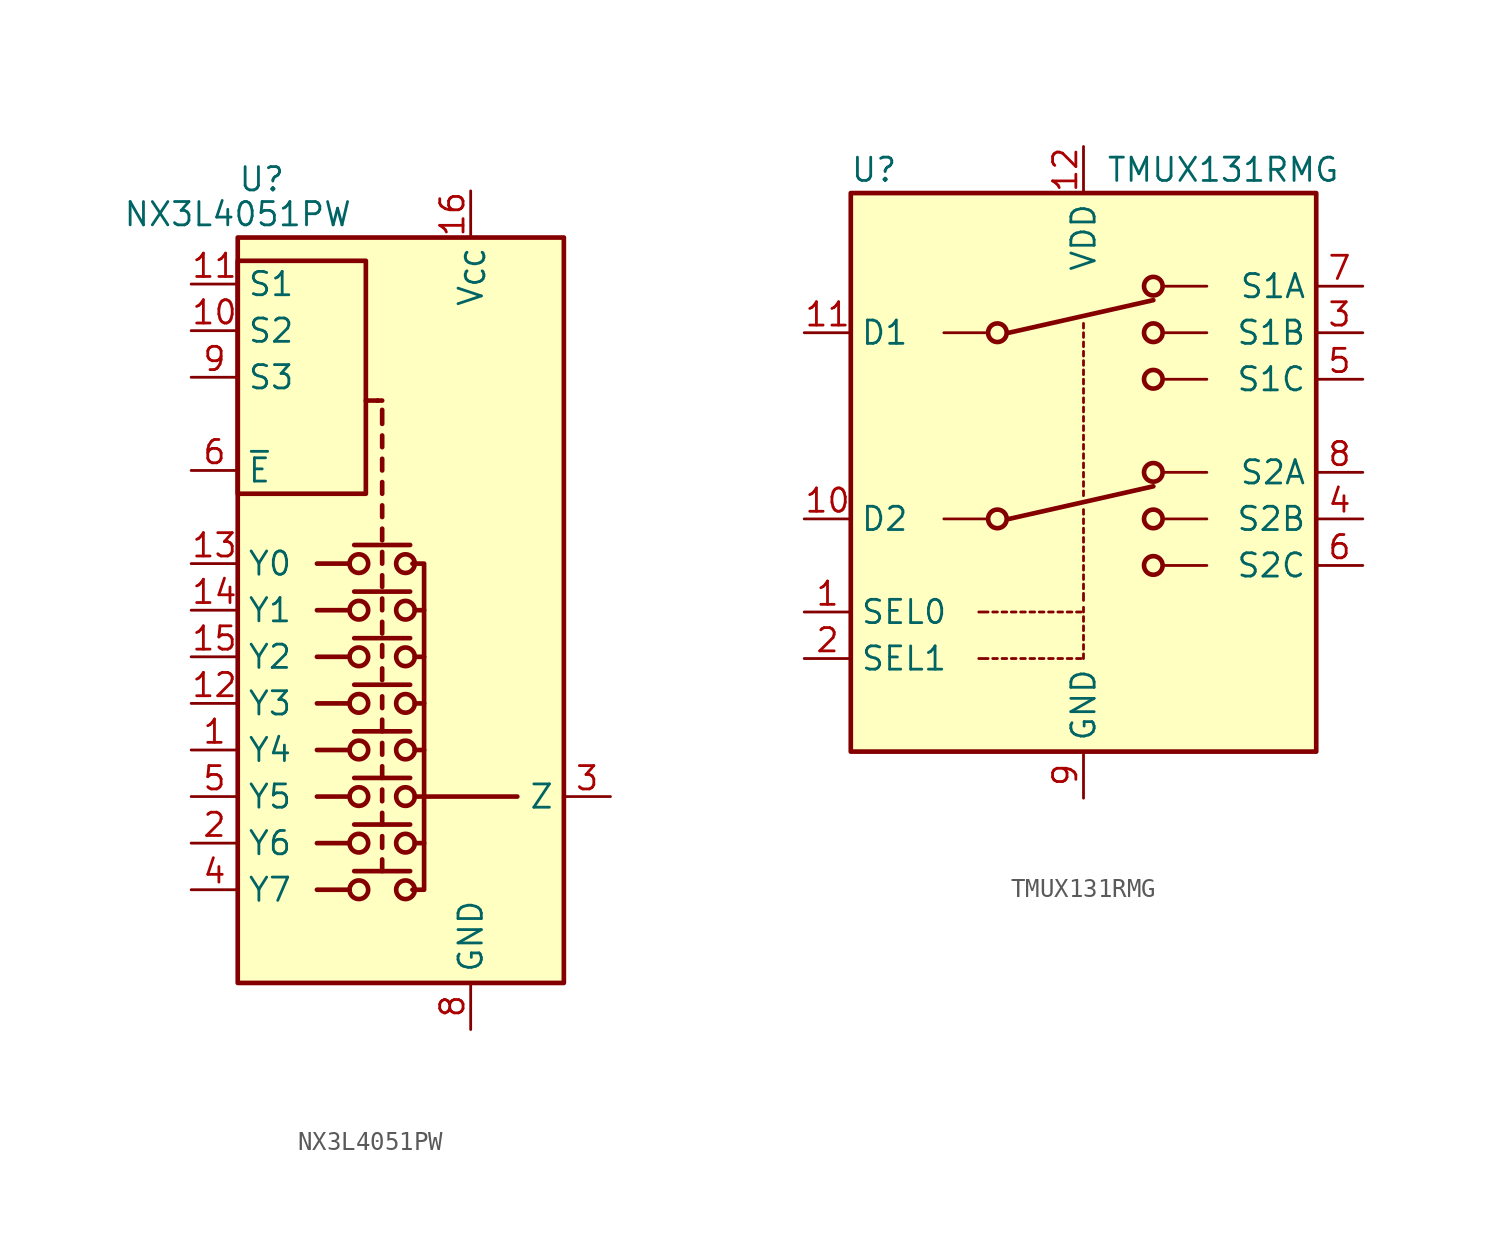
<source format=kicad_sym>
(kicad_symbol_lib
  (version 20241209)
  (generator "kicad_symbol_editor")
  (generator_version "9.0")
  (symbol "NX3L4051PW"
    (property "Reference" "U"
      (at -7.62 23.495 0)
      (effects (font (size 1.27 1.27)) (justify left)))
    (property "Value" "NX3L4051PW"
      (at -7.62 21.59 0)
      (effects (font (size 1.27 1.27))))
    (symbol "NX3L4051PW_0_1"
      (rectangle (start -7.62 20.32) (end 10.16 -20.32) (stroke (width 0.254) (type default)) (fill (type background)))
      (rectangle (start -7.62 6.35) (end -0.635 19.05) (stroke (width 0.254) (type default)) (fill (type none)))
      (polyline (pts (xy -1.524 2.54) (xy -3.302 2.54)) (stroke (width 0.254) (type default)) (fill (type none)))
      (polyline (pts (xy -1.524 0) (xy -3.302 0)) (stroke (width 0.254) (type default)) (fill (type none)))
      (polyline (pts (xy -1.524 -2.54) (xy -3.302 -2.54)) (stroke (width 0.254) (type default)) (fill (type none)))
      (polyline (pts (xy -1.524 -5.08) (xy -3.302 -5.08)) (stroke (width 0.254) (type default)) (fill (type none)))
      (polyline (pts (xy -1.524 -7.62) (xy -3.302 -7.62)) (stroke (width 0.254) (type default)) (fill (type none)))
      (polyline (pts (xy -1.524 -10.16) (xy -3.302 -10.16)) (stroke (width 0.254) (type default)) (fill (type none)))
      (polyline (pts (xy -1.524 -12.7) (xy -3.302 -12.7)) (stroke (width 0.254) (type default)) (fill (type none)))
      (polyline (pts (xy -1.524 -15.24) (xy -3.302 -15.24)) (stroke (width 0.254) (type default)) (fill (type none)))
      (polyline (pts (xy -1.27 3.556) (xy 1.778 3.556)) (stroke (width 0.254) (type default)) (fill (type none)))
      (polyline (pts (xy -1.27 1.016) (xy 1.778 1.016)) (stroke (width 0.254) (type default)) (fill (type none)))
      (polyline (pts (xy -1.27 -1.524) (xy 1.778 -1.524)) (stroke (width 0.254) (type default)) (fill (type none)))
      (polyline (pts (xy -1.27 -4.064) (xy 1.778 -4.064)) (stroke (width 0.254) (type default)) (fill (type none)))
      (polyline (pts (xy -1.27 -6.604) (xy 1.778 -6.604)) (stroke (width 0.254) (type default)) (fill (type none)))
      (polyline (pts (xy -1.27 -9.144) (xy 1.778 -9.144)) (stroke (width 0.254) (type default)) (fill (type none)))
      (polyline (pts (xy -1.27 -11.684) (xy 1.778 -11.684)) (stroke (width 0.254) (type default)) (fill (type none)))
      (polyline (pts (xy -1.27 -14.224) (xy 1.778 -14.224)) (stroke (width 0.254) (type default)) (fill (type none)))
      (circle (center -1.016 2.54) (radius 0.508) (stroke (width 0.254) (type default)) (fill (type none)))
      (circle (center -1.016 0) (radius 0.508) (stroke (width 0.254) (type default)) (fill (type none)))
      (circle (center -1.016 -2.54) (radius 0.508) (stroke (width 0.254) (type default)) (fill (type none)))
      (circle (center -1.016 -5.08) (radius 0.508) (stroke (width 0.254) (type default)) (fill (type none)))
      (circle (center -1.016 -7.62) (radius 0.508) (stroke (width 0.254) (type default)) (fill (type none)))
      (circle (center -1.016 -10.16) (radius 0.508) (stroke (width 0.254) (type default)) (fill (type none)))
      (circle (center -1.016 -12.7) (radius 0.508) (stroke (width 0.254) (type default)) (fill (type none)))
      (circle (center -1.016 -15.24) (radius 0.508) (stroke (width 0.254) (type default)) (fill (type none)))
      (polyline (pts (xy -0.635 11.43) (xy 0 11.43)) (stroke (width 0.254) (type default)) (fill (type none)))
      (polyline (pts (xy 0.254 11.43) (xy 0 11.43)) (stroke (width 0.254) (type default)) (fill (type none)))
      (polyline (pts (xy 0.254 10.16) (xy 0.254 10.922)) (stroke (width 0.254) (type default)) (fill (type none)))
      (polyline (pts (xy 0.254 8.89) (xy 0.254 9.525)) (stroke (width 0.254) (type default)) (fill (type none)))
      (polyline (pts (xy 0.254 7.62) (xy 0.254 8.255)) (stroke (width 0.254) (type default)) (fill (type none)))
      (polyline (pts (xy 0.254 6.35) (xy 0.254 6.985)) (stroke (width 0.254) (type default)) (fill (type none)))
      (polyline (pts (xy 0.254 5.08) (xy 0.254 5.715)) (stroke (width 0.254) (type default)) (fill (type none)))
      (polyline (pts (xy 0.254 3.81) (xy 0.254 4.445)) (stroke (width 0.254) (type default)) (fill (type none)))
      (polyline (pts (xy 0.254 2.54) (xy 0.254 3.175)) (stroke (width 0.254) (type default)) (fill (type none)))
      (polyline (pts (xy 0.254 1.27) (xy 0.254 1.905)) (stroke (width 0.254) (type default)) (fill (type none)))
      (polyline (pts (xy 0.254 0) (xy 0.254 0.635)) (stroke (width 0.254) (type default)) (fill (type none)))
      (polyline (pts (xy 0.254 -1.27) (xy 0.254 -0.635)) (stroke (width 0.254) (type default)) (fill (type none)))
      (polyline (pts (xy 0.254 -2.54) (xy 0.254 -1.905)) (stroke (width 0.254) (type default)) (fill (type none)))
      (polyline (pts (xy 0.254 -3.81) (xy 0.254 -3.175)) (stroke (width 0.254) (type default)) (fill (type none)))
      (polyline (pts (xy 0.254 -5.334) (xy 0.254 -4.699)) (stroke (width 0.254) (type default)) (fill (type none)))
      (polyline (pts (xy 0.254 -6.604) (xy 0.254 -5.969)) (stroke (width 0.254) (type default)) (fill (type none)))
      (polyline (pts (xy 0.254 -7.874) (xy 0.254 -7.239)) (stroke (width 0.254) (type default)) (fill (type none)))
      (polyline (pts (xy 0.254 -9.144) (xy 0.254 -8.509)) (stroke (width 0.254) (type default)) (fill (type none)))
      (polyline (pts (xy 0.254 -10.414) (xy 0.254 -9.779)) (stroke (width 0.254) (type default)) (fill (type none)))
      (polyline (pts (xy 0.254 -11.684) (xy 0.254 -11.049)) (stroke (width 0.254) (type default)) (fill (type none)))
      (polyline (pts (xy 0.254 -12.954) (xy 0.254 -12.319)) (stroke (width 0.254) (type default)) (fill (type none)))
      (polyline (pts (xy 0.254 -14.224) (xy 0.254 -13.589)) (stroke (width 0.254) (type default)) (fill (type none)))
      (circle (center 1.524 2.54) (radius 0.508) (stroke (width 0.254) (type default)) (fill (type none)))
      (circle (center 1.524 0) (radius 0.508) (stroke (width 0.254) (type default)) (fill (type none)))
      (circle (center 1.524 -2.54) (radius 0.508) (stroke (width 0.254) (type default)) (fill (type none)))
      (circle (center 1.524 -5.08) (radius 0.508) (stroke (width 0.254) (type default)) (fill (type none)))
      (circle (center 1.524 -7.62) (radius 0.508) (stroke (width 0.254) (type default)) (fill (type none)))
      (circle (center 1.524 -10.16) (radius 0.508) (stroke (width 0.254) (type default)) (fill (type none)))
      (circle (center 1.524 -12.7) (radius 0.508) (stroke (width 0.254) (type default)) (fill (type none)))
      (circle (center 1.524 -15.24) (radius 0.508) (stroke (width 0.254) (type default)) (fill (type none)))
      (polyline (pts (xy 1.905 2.54) (xy 2.54 2.54) (xy 2.54 -15.24) (xy 1.905 -15.24)) (stroke (width 0.254) (type default)) (fill (type none)))
      (polyline (pts (xy 2.032 0) (xy 2.54 0)) (stroke (width 0.254) (type default)) (fill (type none)))
      (polyline (pts (xy 2.032 -2.54) (xy 2.54 -2.54)) (stroke (width 0.254) (type default)) (fill (type none)))
      (polyline (pts (xy 2.032 -5.08) (xy 2.54 -5.08)) (stroke (width 0.254) (type default)) (fill (type none)))
      (polyline (pts (xy 2.032 -7.62) (xy 2.54 -7.62)) (stroke (width 0.254) (type default)) (fill (type none)))
      (polyline (pts (xy 2.032 -10.16) (xy 2.54 -10.16)) (stroke (width 0.254) (type default)) (fill (type none)))
      (polyline (pts (xy 2.032 -12.7) (xy 2.54 -12.7)) (stroke (width 0.254) (type default)) (fill (type none)))
      (polyline (pts (xy 2.54 -10.16) (xy 7.62 -10.16)) (stroke (width 0.254) (type default)) (fill (type none))))
    (symbol "NX3L4051PW_1_0"
      (pin power_in line (at 5.08 -22.86 90) (length 2.54) (name "GND" (effects (font (size 1.27 1.27)))) (number "8" (effects (font (size 1.27 1.27)))))
      (pin no_connect line (at 8.89 -22.86 90) (length 2.54) (hide yes) (name "NC" (effects (font (size 1.27 1.27)))) (number "7" (effects (font (size 1.27 1.27))))))
    (symbol "NX3L4051PW_1_1"
      (pin input line (at -10.16 17.78 0) (length 2.54) (name "S1" (effects (font (size 1.27 1.27)))) (number "11" (effects (font (size 1.27 1.27)))))
      (pin input line (at -10.16 15.24 0) (length 2.54) (name "S2" (effects (font (size 1.27 1.27)))) (number "10" (effects (font (size 1.27 1.27)))))
      (pin input line (at -10.16 12.7 0) (length 2.54) (name "S3" (effects (font (size 1.27 1.27)))) (number "9" (effects (font (size 1.27 1.27)))))
      (pin input line (at -10.16 7.62 0) (length 2.54) (name "~{E}" (effects (font (size 1.27 1.27)))) (number "6" (effects (font (size 1.27 1.27)))))
      (pin bidirectional line (at -10.16 2.54 0) (length 2.54) (name "Y0" (effects (font (size 1.27 1.27)))) (number "13" (effects (font (size 1.27 1.27)))))
      (pin bidirectional line (at -10.16 0 0) (length 2.54) (name "Y1" (effects (font (size 1.27 1.27)))) (number "14" (effects (font (size 1.27 1.27)))))
      (pin bidirectional line (at -10.16 -2.54 0) (length 2.54) (name "Y2" (effects (font (size 1.27 1.27)))) (number "15" (effects (font (size 1.27 1.27)))))
      (pin bidirectional line (at -10.16 -5.08 0) (length 2.54) (name "Y3" (effects (font (size 1.27 1.27)))) (number "12" (effects (font (size 1.27 1.27)))))
      (pin bidirectional line (at -10.16 -7.62 0) (length 2.54) (name "Y4" (effects (font (size 1.27 1.27)))) (number "1" (effects (font (size 1.27 1.27)))))
      (pin bidirectional line (at -10.16 -10.16 0) (length 2.54) (name "Y5" (effects (font (size 1.27 1.27)))) (number "5" (effects (font (size 1.27 1.27)))))
      (pin bidirectional line (at -10.16 -12.7 0) (length 2.54) (name "Y6" (effects (font (size 1.27 1.27)))) (number "2" (effects (font (size 1.27 1.27)))))
      (pin bidirectional line (at -10.16 -15.24 0) (length 2.54) (name "Y7" (effects (font (size 1.27 1.27)))) (number "4" (effects (font (size 1.27 1.27)))))
      (pin power_in line (at 5.08 22.86 270) (length 2.54) (name "V_{CC}" (effects (font (size 1.27 1.27)))) (number "16" (effects (font (size 1.27 1.27)))))
      (pin bidirectional line (at 12.7 -10.16 180) (length 2.54) (name "Z" (effects (font (size 1.27 1.27)))) (number "3" (effects (font (size 1.27 1.27)))))))
  (symbol "TMUX131RMG"
    (property "Reference" "U"
      (at -11.43 16.51 0)
      (effects (font (size 1.27 1.27))))
    (property "Value" "TMUX131RMG"
      (at 7.62 16.51 0)
      (effects (font (size 1.27 1.27))))
    (symbol "TMUX131RMG_1_1"
      (rectangle (start -12.7 15.24) (end 12.7 -15.24) (stroke (width 0.254) (type default)) (fill (type background)))
      (polyline (pts (xy -7.62 7.62) (xy -5.334 7.62)) (stroke (width 0) (type default)) (fill (type none)))
      (polyline (pts (xy -7.62 -2.54) (xy -5.334 -2.54)) (stroke (width 0) (type default)) (fill (type none)))
      (polyline (pts (xy -5.715 -7.62) (xy -5.207 -7.62)) (stroke (width 0) (type default)) (fill (type none)))
      (polyline (pts (xy -5.715 -10.16) (xy -5.207 -10.16)) (stroke (width 0) (type default)) (fill (type none)))
      (polyline (pts (xy -4.953 -7.62) (xy -4.699 -7.62)) (stroke (width 0) (type default)) (fill (type none)))
      (polyline (pts (xy -4.953 -10.16) (xy -4.699 -10.16)) (stroke (width 0) (type default)) (fill (type none)))
      (circle (center -4.699 7.62) (radius 0.508) (stroke (width 0.254) (type default)) (fill (type none)))
      (circle (center -4.699 -2.54) (radius 0.508) (stroke (width 0.254) (type default)) (fill (type none)))
      (polyline (pts (xy -4.445 -7.62) (xy -4.191 -7.62)) (stroke (width 0) (type default)) (fill (type none)))
      (polyline (pts (xy -4.445 -10.16) (xy -4.191 -10.16)) (stroke (width 0) (type default)) (fill (type none)))
      (polyline (pts (xy -3.937 -7.62) (xy -3.683 -7.62)) (stroke (width 0) (type default)) (fill (type none)))
      (polyline (pts (xy -3.937 -10.16) (xy -3.683 -10.16)) (stroke (width 0) (type default)) (fill (type none)))
      (polyline (pts (xy -3.429 -7.62) (xy -3.175 -7.62)) (stroke (width 0) (type default)) (fill (type none)))
      (polyline (pts (xy -3.429 -10.16) (xy -3.175 -10.16)) (stroke (width 0) (type default)) (fill (type none)))
      (polyline (pts (xy -2.921 -7.62) (xy -2.667 -7.62)) (stroke (width 0) (type default)) (fill (type none)))
      (polyline (pts (xy -2.921 -10.16) (xy -2.667 -10.16)) (stroke (width 0) (type default)) (fill (type none)))
      (polyline (pts (xy -2.413 -7.62) (xy -2.159 -7.62)) (stroke (width 0) (type default)) (fill (type none)))
      (polyline (pts (xy -2.413 -10.16) (xy -2.159 -10.16)) (stroke (width 0) (type default)) (fill (type none)))
      (polyline (pts (xy -1.905 -7.62) (xy -1.651 -7.62)) (stroke (width 0) (type default)) (fill (type none)))
      (polyline (pts (xy -1.905 -10.16) (xy -1.651 -10.16)) (stroke (width 0) (type default)) (fill (type none)))
      (polyline (pts (xy -1.397 -7.62) (xy -1.143 -7.62)) (stroke (width 0) (type default)) (fill (type none)))
      (polyline (pts (xy -1.397 -10.16) (xy -1.143 -10.16)) (stroke (width 0) (type default)) (fill (type none)))
      (polyline (pts (xy -0.889 -7.62) (xy -0.635 -7.62)) (stroke (width 0) (type default)) (fill (type none)))
      (polyline (pts (xy -0.889 -10.16) (xy -0.635 -10.16)) (stroke (width 0) (type default)) (fill (type none)))
      (polyline (pts (xy -0.381 -7.62) (xy -0.127 -7.62)) (stroke (width 0) (type default)) (fill (type none)))
      (polyline (pts (xy -0.381 -10.16) (xy -0.127 -10.16)) (stroke (width 0) (type default)) (fill (type none)))
      (polyline (pts (xy 0 7.874) (xy 0 8.128)) (stroke (width 0) (type default)) (fill (type none)))
      (polyline (pts (xy 0 7.366) (xy 0 7.62)) (stroke (width 0) (type default)) (fill (type none)))
      (polyline (pts (xy 0 6.858) (xy 0 7.112)) (stroke (width 0) (type default)) (fill (type none)))
      (polyline (pts (xy 0 6.35) (xy 0 6.604)) (stroke (width 0) (type default)) (fill (type none)))
      (polyline (pts (xy 0 5.842) (xy 0 6.096)) (stroke (width 0) (type default)) (fill (type none)))
      (polyline (pts (xy 0 5.334) (xy 0 5.588)) (stroke (width 0) (type default)) (fill (type none)))
      (polyline (pts (xy 0 4.826) (xy 0 5.08)) (stroke (width 0) (type default)) (fill (type none)))
      (polyline (pts (xy 0 4.318) (xy 0 4.572)) (stroke (width 0) (type default)) (fill (type none)))
      (polyline (pts (xy 0 3.81) (xy 0 4.064)) (stroke (width 0) (type default)) (fill (type none)))
      (polyline (pts (xy 0 3.302) (xy 0 3.556)) (stroke (width 0) (type default)) (fill (type none)))
      (polyline (pts (xy 0 2.794) (xy 0 3.048)) (stroke (width 0) (type default)) (fill (type none)))
      (polyline (pts (xy 0 2.286) (xy 0 2.54)) (stroke (width 0) (type default)) (fill (type none)))
      (polyline (pts (xy 0 1.778) (xy 0 2.032)) (stroke (width 0) (type default)) (fill (type none)))
      (polyline (pts (xy 0 1.27) (xy 0 1.524)) (stroke (width 0) (type default)) (fill (type none)))
      (polyline (pts (xy 0 0.762) (xy 0 1.016)) (stroke (width 0) (type default)) (fill (type none)))
      (polyline (pts (xy 0 0.254) (xy 0 0.508)) (stroke (width 0) (type default)) (fill (type none)))
      (polyline (pts (xy 0 -0.254) (xy 0 0)) (stroke (width 0) (type default)) (fill (type none)))
      (polyline (pts (xy 0 -0.762) (xy 0 -0.508)) (stroke (width 0) (type default)) (fill (type none)))
      (polyline (pts (xy 0 -1.27) (xy 0 -1.016)) (stroke (width 0) (type default)) (fill (type none)))
      (polyline (pts (xy 0 -2.286) (xy 0 -2.032)) (stroke (width 0) (type default)) (fill (type none)))
      (polyline (pts (xy 0 -2.794) (xy 0 -2.54)) (stroke (width 0) (type default)) (fill (type none)))
      (polyline (pts (xy 0 -3.302) (xy 0 -3.048)) (stroke (width 0) (type default)) (fill (type none)))
      (polyline (pts (xy 0 -3.81) (xy 0 -3.556)) (stroke (width 0) (type default)) (fill (type none)))
      (polyline (pts (xy 0 -4.318) (xy 0 -4.064)) (stroke (width 0) (type default)) (fill (type none)))
      (polyline (pts (xy 0 -4.826) (xy 0 -4.572)) (stroke (width 0) (type default)) (fill (type none)))
      (polyline (pts (xy 0 -5.334) (xy 0 -5.08)) (stroke (width 0) (type default)) (fill (type none)))
      (polyline (pts (xy 0 -5.842) (xy 0 -5.588)) (stroke (width 0) (type default)) (fill (type none)))
      (polyline (pts (xy 0 -6.35) (xy 0 -6.096)) (stroke (width 0) (type default)) (fill (type none)))
      (polyline (pts (xy 0 -6.985) (xy 0 -6.604)) (stroke (width 0) (type default)) (fill (type none)))
      (polyline (pts (xy 0 -7.62) (xy 0 -7.366)) (stroke (width 0) (type default)) (fill (type none)))
      (polyline (pts (xy 0 -8.128) (xy 0 -7.874)) (stroke (width 0) (type default)) (fill (type none)))
      (polyline (pts (xy 0 -8.636) (xy 0 -8.382)) (stroke (width 0) (type default)) (fill (type none)))
      (polyline (pts (xy 0 -9.144) (xy 0 -8.89)) (stroke (width 0) (type default)) (fill (type none)))
      (polyline (pts (xy 0 -9.652) (xy 0 -9.398)) (stroke (width 0) (type default)) (fill (type none)))
      (polyline (pts (xy 0 -10.16) (xy 0 -9.906)) (stroke (width 0) (type default)) (fill (type none)))
      (circle (center 3.81 10.16) (radius 0.508) (stroke (width 0.254) (type default)) (fill (type none)))
      (polyline (pts (xy 3.81 9.398) (xy -4.064 7.62)) (stroke (width 0.254) (type default)) (fill (type none)))
      (circle (center 3.81 7.62) (radius 0.508) (stroke (width 0.254) (type default)) (fill (type none)))
      (circle (center 3.81 5.08) (radius 0.508) (stroke (width 0.254) (type default)) (fill (type none)))
      (circle (center 3.81 0) (radius 0.508) (stroke (width 0.254) (type default)) (fill (type none)))
      (polyline (pts (xy 3.81 -0.762) (xy -4.064 -2.54)) (stroke (width 0.254) (type default)) (fill (type none)))
      (circle (center 3.81 -2.54) (radius 0.508) (stroke (width 0.254) (type default)) (fill (type none)))
      (circle (center 3.81 -5.08) (radius 0.508) (stroke (width 0.254) (type default)) (fill (type none)))
      (polyline (pts (xy 6.731 10.16) (xy 4.445 10.16)) (stroke (width 0) (type default)) (fill (type none)))
      (polyline (pts (xy 6.731 7.62) (xy 4.445 7.62)) (stroke (width 0) (type default)) (fill (type none)))
      (polyline (pts (xy 6.731 5.08) (xy 4.445 5.08)) (stroke (width 0) (type default)) (fill (type none)))
      (polyline (pts (xy 6.731 0) (xy 4.445 0)) (stroke (width 0) (type default)) (fill (type none)))
      (polyline (pts (xy 6.731 -2.54) (xy 4.445 -2.54)) (stroke (width 0) (type default)) (fill (type none)))
      (polyline (pts (xy 6.731 -5.08) (xy 4.445 -5.08)) (stroke (width 0) (type default)) (fill (type none)))
      (pin passive line (at -15.24 7.62 0) (length 2.54) (name "D1" (effects (font (size 1.27 1.27)))) (number "11" (effects (font (size 1.27 1.27)))))
      (pin passive line (at -15.24 -2.54 0) (length 2.54) (name "D2" (effects (font (size 1.27 1.27)))) (number "10" (effects (font (size 1.27 1.27)))))
      (pin input line (at -15.24 -7.62 0) (length 2.54) (name "SEL0" (effects (font (size 1.27 1.27)))) (number "1" (effects (font (size 1.27 1.27)))))
      (pin input line (at -15.24 -10.16 0) (length 2.54) (name "SEL1" (effects (font (size 1.27 1.27)))) (number "2" (effects (font (size 1.27 1.27)))))
      (pin power_in line (at 0 17.78 270) (length 2.54) (name "VDD" (effects (font (size 1.27 1.27)))) (number "12" (effects (font (size 1.27 1.27)))))
      (pin power_in line (at 0 -17.78 90) (length 2.54) (name "GND" (effects (font (size 1.27 1.27)))) (number "9" (effects (font (size 1.27 1.27)))))
      (pin passive line (at 15.24 10.16 180) (length 2.54) (name "S1A" (effects (font (size 1.27 1.27)))) (number "7" (effects (font (size 1.27 1.27)))))
      (pin passive line (at 15.24 7.62 180) (length 2.54) (name "S1B" (effects (font (size 1.27 1.27)))) (number "3" (effects (font (size 1.27 1.27)))))
      (pin passive line (at 15.24 5.08 180) (length 2.54) (name "S1C" (effects (font (size 1.27 1.27)))) (number "5" (effects (font (size 1.27 1.27)))))
      (pin passive line (at 15.24 0 180) (length 2.54) (name "S2A" (effects (font (size 1.27 1.27)))) (number "8" (effects (font (size 1.27 1.27)))))
      (pin passive line (at 15.24 -2.54 180) (length 2.54) (name "S2B" (effects (font (size 1.27 1.27)))) (number "4" (effects (font (size 1.27 1.27)))))
      (pin passive line (at 15.24 -5.08 180) (length 2.54) (name "S2C" (effects (font (size 1.27 1.27)))) (number "6" (effects (font (size 1.27 1.27))))))))
</source>
